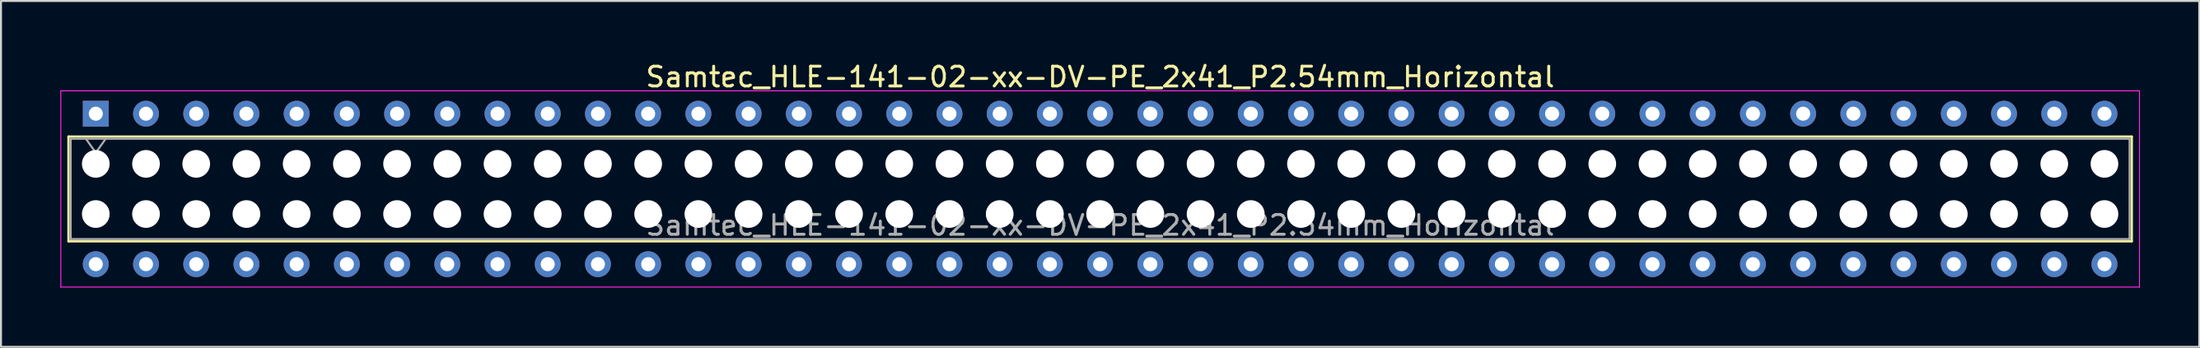
<source format=kicad_pcb>
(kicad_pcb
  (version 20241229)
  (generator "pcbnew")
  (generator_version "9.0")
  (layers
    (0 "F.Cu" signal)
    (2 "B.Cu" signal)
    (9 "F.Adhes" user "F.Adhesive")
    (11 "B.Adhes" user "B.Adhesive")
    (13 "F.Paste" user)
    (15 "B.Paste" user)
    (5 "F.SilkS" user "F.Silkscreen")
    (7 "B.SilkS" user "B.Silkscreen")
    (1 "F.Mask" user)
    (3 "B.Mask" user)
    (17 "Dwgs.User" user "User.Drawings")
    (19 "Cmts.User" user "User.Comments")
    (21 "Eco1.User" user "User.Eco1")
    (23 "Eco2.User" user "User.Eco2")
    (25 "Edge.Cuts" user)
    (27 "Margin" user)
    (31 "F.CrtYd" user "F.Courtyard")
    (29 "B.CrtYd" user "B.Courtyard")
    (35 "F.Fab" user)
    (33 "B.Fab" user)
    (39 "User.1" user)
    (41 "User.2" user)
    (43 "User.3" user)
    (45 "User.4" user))
  (footprint "Samtec_HLE-141-02-xx-DV-PE_2x41_P2.54mm_Horizontal"
    (layer "F.Cu")
    (at 1.795 2.708)
    (property "Reference" "Samtec_HLE-141-02-xx-DV-PE_2x41_P2.54mm_Horizontal" (at 50.8 -1.86 0) (layer "F.SilkS") (effects (font (size 1 1) (thickness 0.15))))
    (attr through_hole)
    (fp_line (start -1.38 1.16) (end 102.98 1.16) (stroke (width 0.12) (type solid)) (layer "F.SilkS"))
    (fp_line (start -1.38 6.46) (end -1.38 1.16) (stroke (width 0.12) (type solid)) (layer "F.SilkS"))
    (fp_line (start 102.98 1.16) (end 102.98 6.46) (stroke (width 0.12) (type solid)) (layer "F.SilkS"))
    (fp_line (start 102.98 6.46) (end -1.38 6.46) (stroke (width 0.12) (type solid)) (layer "F.SilkS"))
    (fp_line (start -1.77 -1.16) (end 103.37 -1.16) (stroke (width 0.05) (type solid)) (layer "F.CrtYd"))
    (fp_line (start -1.77 8.78) (end -1.77 -1.16) (stroke (width 0.05) (type solid)) (layer "F.CrtYd"))
    (fp_line (start 103.37 -1.16) (end 103.37 8.78) (stroke (width 0.05) (type solid)) (layer "F.CrtYd"))
    (fp_line (start 103.37 8.78) (end -1.77 8.78) (stroke (width 0.05) (type solid)) (layer "F.CrtYd"))
    (fp_line (start -1.27 1.27) (end 102.87 1.27) (stroke (width 0.1) (type solid)) (layer "F.Fab"))
    (fp_line (start -1.27 6.35) (end -1.27 1.27) (stroke (width 0.1) (type solid)) (layer "F.Fab"))
    (fp_line (start -0.5 1.27) (end 0 1.977) (stroke (width 0.1) (type solid)) (layer "F.Fab"))
    (fp_line (start 0 1.977) (end 0.5 1.27) (stroke (width 0.1) (type solid)) (layer "F.Fab"))
    (fp_line (start 102.87 1.27) (end 102.87 6.35) (stroke (width 0.1) (type solid)) (layer "F.Fab"))
    (fp_line (start 102.87 6.35) (end -1.27 6.35) (stroke (width 0.1) (type solid)) (layer "F.Fab"))
    (fp_text user "${REFERENCE}" (at 50.8 5.65 0) (layer "F.Fab") (effects (font (size 1 1) (thickness 0.15))))
    (pad "" np_thru_hole circle (at 0 2.54) (size 1.4 1.4) (drill 1.4) (layers "*.Cu" "*.Mask"))
    (pad "" np_thru_hole circle (at 0 5.08) (size 1.4 1.4) (drill 1.4) (layers "*.Cu" "*.Mask"))
    (pad "" np_thru_hole circle (at 2.54 2.54) (size 1.4 1.4) (drill 1.4) (layers "*.Cu" "*.Mask"))
    (pad "" np_thru_hole circle (at 2.54 5.08) (size 1.4 1.4) (drill 1.4) (layers "*.Cu" "*.Mask"))
    (pad "" np_thru_hole circle (at 5.08 2.54) (size 1.4 1.4) (drill 1.4) (layers "*.Cu" "*.Mask"))
    (pad "" np_thru_hole circle (at 5.08 5.08) (size 1.4 1.4) (drill 1.4) (layers "*.Cu" "*.Mask"))
    (pad "" np_thru_hole circle (at 7.62 2.54) (size 1.4 1.4) (drill 1.4) (layers "*.Cu" "*.Mask"))
    (pad "" np_thru_hole circle (at 7.62 5.08) (size 1.4 1.4) (drill 1.4) (layers "*.Cu" "*.Mask"))
    (pad "" np_thru_hole circle (at 10.16 2.54) (size 1.4 1.4) (drill 1.4) (layers "*.Cu" "*.Mask"))
    (pad "" np_thru_hole circle (at 10.16 5.08) (size 1.4 1.4) (drill 1.4) (layers "*.Cu" "*.Mask"))
    (pad "" np_thru_hole circle (at 12.7 2.54) (size 1.4 1.4) (drill 1.4) (layers "*.Cu" "*.Mask"))
    (pad "" np_thru_hole circle (at 12.7 5.08) (size 1.4 1.4) (drill 1.4) (layers "*.Cu" "*.Mask"))
    (pad "" np_thru_hole circle (at 15.24 2.54) (size 1.4 1.4) (drill 1.4) (layers "*.Cu" "*.Mask"))
    (pad "" np_thru_hole circle (at 15.24 5.08) (size 1.4 1.4) (drill 1.4) (layers "*.Cu" "*.Mask"))
    (pad "" np_thru_hole circle (at 17.78 2.54) (size 1.4 1.4) (drill 1.4) (layers "*.Cu" "*.Mask"))
    (pad "" np_thru_hole circle (at 17.78 5.08) (size 1.4 1.4) (drill 1.4) (layers "*.Cu" "*.Mask"))
    (pad "" np_thru_hole circle (at 20.32 2.54) (size 1.4 1.4) (drill 1.4) (layers "*.Cu" "*.Mask"))
    (pad "" np_thru_hole circle (at 20.32 5.08) (size 1.4 1.4) (drill 1.4) (layers "*.Cu" "*.Mask"))
    (pad "" np_thru_hole circle (at 22.86 2.54) (size 1.4 1.4) (drill 1.4) (layers "*.Cu" "*.Mask"))
    (pad "" np_thru_hole circle (at 22.86 5.08) (size 1.4 1.4) (drill 1.4) (layers "*.Cu" "*.Mask"))
    (pad "" np_thru_hole circle (at 25.4 2.54) (size 1.4 1.4) (drill 1.4) (layers "*.Cu" "*.Mask"))
    (pad "" np_thru_hole circle (at 25.4 5.08) (size 1.4 1.4) (drill 1.4) (layers "*.Cu" "*.Mask"))
    (pad "" np_thru_hole circle (at 27.94 2.54) (size 1.4 1.4) (drill 1.4) (layers "*.Cu" "*.Mask"))
    (pad "" np_thru_hole circle (at 27.94 5.08) (size 1.4 1.4) (drill 1.4) (layers "*.Cu" "*.Mask"))
    (pad "" np_thru_hole circle (at 30.48 2.54) (size 1.4 1.4) (drill 1.4) (layers "*.Cu" "*.Mask"))
    (pad "" np_thru_hole circle (at 30.48 5.08) (size 1.4 1.4) (drill 1.4) (layers "*.Cu" "*.Mask"))
    (pad "" np_thru_hole circle (at 33.02 2.54) (size 1.4 1.4) (drill 1.4) (layers "*.Cu" "*.Mask"))
    (pad "" np_thru_hole circle (at 33.02 5.08) (size 1.4 1.4) (drill 1.4) (layers "*.Cu" "*.Mask"))
    (pad "" np_thru_hole circle (at 35.56 2.54) (size 1.4 1.4) (drill 1.4) (layers "*.Cu" "*.Mask"))
    (pad "" np_thru_hole circle (at 35.56 5.08) (size 1.4 1.4) (drill 1.4) (layers "*.Cu" "*.Mask"))
    (pad "" np_thru_hole circle (at 38.1 2.54) (size 1.4 1.4) (drill 1.4) (layers "*.Cu" "*.Mask"))
    (pad "" np_thru_hole circle (at 38.1 5.08) (size 1.4 1.4) (drill 1.4) (layers "*.Cu" "*.Mask"))
    (pad "" np_thru_hole circle (at 40.64 2.54) (size 1.4 1.4) (drill 1.4) (layers "*.Cu" "*.Mask"))
    (pad "" np_thru_hole circle (at 40.64 5.08) (size 1.4 1.4) (drill 1.4) (layers "*.Cu" "*.Mask"))
    (pad "" np_thru_hole circle (at 43.18 2.54) (size 1.4 1.4) (drill 1.4) (layers "*.Cu" "*.Mask"))
    (pad "" np_thru_hole circle (at 43.18 5.08) (size 1.4 1.4) (drill 1.4) (layers "*.Cu" "*.Mask"))
    (pad "" np_thru_hole circle (at 45.72 2.54) (size 1.4 1.4) (drill 1.4) (layers "*.Cu" "*.Mask"))
    (pad "" np_thru_hole circle (at 45.72 5.08) (size 1.4 1.4) (drill 1.4) (layers "*.Cu" "*.Mask"))
    (pad "" np_thru_hole circle (at 48.26 2.54) (size 1.4 1.4) (drill 1.4) (layers "*.Cu" "*.Mask"))
    (pad "" np_thru_hole circle (at 48.26 5.08) (size 1.4 1.4) (drill 1.4) (layers "*.Cu" "*.Mask"))
    (pad "" np_thru_hole circle (at 50.8 2.54) (size 1.4 1.4) (drill 1.4) (layers "*.Cu" "*.Mask"))
    (pad "" np_thru_hole circle (at 50.8 5.08) (size 1.4 1.4) (drill 1.4) (layers "*.Cu" "*.Mask"))
    (pad "" np_thru_hole circle (at 53.34 2.54) (size 1.4 1.4) (drill 1.4) (layers "*.Cu" "*.Mask"))
    (pad "" np_thru_hole circle (at 53.34 5.08) (size 1.4 1.4) (drill 1.4) (layers "*.Cu" "*.Mask"))
    (pad "" np_thru_hole circle (at 55.88 2.54) (size 1.4 1.4) (drill 1.4) (layers "*.Cu" "*.Mask"))
    (pad "" np_thru_hole circle (at 55.88 5.08) (size 1.4 1.4) (drill 1.4) (layers "*.Cu" "*.Mask"))
    (pad "" np_thru_hole circle (at 58.42 2.54) (size 1.4 1.4) (drill 1.4) (layers "*.Cu" "*.Mask"))
    (pad "" np_thru_hole circle (at 58.42 5.08) (size 1.4 1.4) (drill 1.4) (layers "*.Cu" "*.Mask"))
    (pad "" np_thru_hole circle (at 60.96 2.54) (size 1.4 1.4) (drill 1.4) (layers "*.Cu" "*.Mask"))
    (pad "" np_thru_hole circle (at 60.96 5.08) (size 1.4 1.4) (drill 1.4) (layers "*.Cu" "*.Mask"))
    (pad "" np_thru_hole circle (at 63.5 2.54) (size 1.4 1.4) (drill 1.4) (layers "*.Cu" "*.Mask"))
    (pad "" np_thru_hole circle (at 63.5 5.08) (size 1.4 1.4) (drill 1.4) (layers "*.Cu" "*.Mask"))
    (pad "" np_thru_hole circle (at 66.04 2.54) (size 1.4 1.4) (drill 1.4) (layers "*.Cu" "*.Mask"))
    (pad "" np_thru_hole circle (at 66.04 5.08) (size 1.4 1.4) (drill 1.4) (layers "*.Cu" "*.Mask"))
    (pad "" np_thru_hole circle (at 68.58 2.54) (size 1.4 1.4) (drill 1.4) (layers "*.Cu" "*.Mask"))
    (pad "" np_thru_hole circle (at 68.58 5.08) (size 1.4 1.4) (drill 1.4) (layers "*.Cu" "*.Mask"))
    (pad "" np_thru_hole circle (at 71.12 2.54) (size 1.4 1.4) (drill 1.4) (layers "*.Cu" "*.Mask"))
    (pad "" np_thru_hole circle (at 71.12 5.08) (size 1.4 1.4) (drill 1.4) (layers "*.Cu" "*.Mask"))
    (pad "" np_thru_hole circle (at 73.66 2.54) (size 1.4 1.4) (drill 1.4) (layers "*.Cu" "*.Mask"))
    (pad "" np_thru_hole circle (at 73.66 5.08) (size 1.4 1.4) (drill 1.4) (layers "*.Cu" "*.Mask"))
    (pad "" np_thru_hole circle (at 76.2 2.54) (size 1.4 1.4) (drill 1.4) (layers "*.Cu" "*.Mask"))
    (pad "" np_thru_hole circle (at 76.2 5.08) (size 1.4 1.4) (drill 1.4) (layers "*.Cu" "*.Mask"))
    (pad "" np_thru_hole circle (at 78.74 2.54) (size 1.4 1.4) (drill 1.4) (layers "*.Cu" "*.Mask"))
    (pad "" np_thru_hole circle (at 78.74 5.08) (size 1.4 1.4) (drill 1.4) (layers "*.Cu" "*.Mask"))
    (pad "" np_thru_hole circle (at 81.28 2.54) (size 1.4 1.4) (drill 1.4) (layers "*.Cu" "*.Mask"))
    (pad "" np_thru_hole circle (at 81.28 5.08) (size 1.4 1.4) (drill 1.4) (layers "*.Cu" "*.Mask"))
    (pad "" np_thru_hole circle (at 83.82 2.54) (size 1.4 1.4) (drill 1.4) (layers "*.Cu" "*.Mask"))
    (pad "" np_thru_hole circle (at 83.82 5.08) (size 1.4 1.4) (drill 1.4) (layers "*.Cu" "*.Mask"))
    (pad "" np_thru_hole circle (at 86.36 2.54) (size 1.4 1.4) (drill 1.4) (layers "*.Cu" "*.Mask"))
    (pad "" np_thru_hole circle (at 86.36 5.08) (size 1.4 1.4) (drill 1.4) (layers "*.Cu" "*.Mask"))
    (pad "" np_thru_hole circle (at 88.9 2.54) (size 1.4 1.4) (drill 1.4) (layers "*.Cu" "*.Mask"))
    (pad "" np_thru_hole circle (at 88.9 5.08) (size 1.4 1.4) (drill 1.4) (layers "*.Cu" "*.Mask"))
    (pad "" np_thru_hole circle (at 91.44 2.54) (size 1.4 1.4) (drill 1.4) (layers "*.Cu" "*.Mask"))
    (pad "" np_thru_hole circle (at 91.44 5.08) (size 1.4 1.4) (drill 1.4) (layers "*.Cu" "*.Mask"))
    (pad "" np_thru_hole circle (at 93.98 2.54) (size 1.4 1.4) (drill 1.4) (layers "*.Cu" "*.Mask"))
    (pad "" np_thru_hole circle (at 93.98 5.08) (size 1.4 1.4) (drill 1.4) (layers "*.Cu" "*.Mask"))
    (pad "" np_thru_hole circle (at 96.52 2.54) (size 1.4 1.4) (drill 1.4) (layers "*.Cu" "*.Mask"))
    (pad "" np_thru_hole circle (at 96.52 5.08) (size 1.4 1.4) (drill 1.4) (layers "*.Cu" "*.Mask"))
    (pad "" np_thru_hole circle (at 99.06 2.54) (size 1.4 1.4) (drill 1.4) (layers "*.Cu" "*.Mask"))
    (pad "" np_thru_hole circle (at 99.06 5.08) (size 1.4 1.4) (drill 1.4) (layers "*.Cu" "*.Mask"))
    (pad "" np_thru_hole circle (at 101.6 2.54) (size 1.4 1.4) (drill 1.4) (layers "*.Cu" "*.Mask"))
    (pad "" np_thru_hole circle (at 101.6 5.08) (size 1.4 1.4) (drill 1.4) (layers "*.Cu" "*.Mask"))
    (pad "1" thru_hole rect (at 0 0) (size 1.31 1.31) (drill 0.71) (layers "*.Cu" "*.Mask"))
    (pad "2" thru_hole circle (at 0 7.62) (size 1.31 1.31) (drill 0.71) (layers "*.Cu" "*.Mask"))
    (pad "3" thru_hole circle (at 2.54 0) (size 1.31 1.31) (drill 0.71) (layers "*.Cu" "*.Mask"))
    (pad "4" thru_hole circle (at 2.54 7.62) (size 1.31 1.31) (drill 0.71) (layers "*.Cu" "*.Mask"))
    (pad "5" thru_hole circle (at 5.08 0) (size 1.31 1.31) (drill 0.71) (layers "*.Cu" "*.Mask"))
    (pad "6" thru_hole circle (at 5.08 7.62) (size 1.31 1.31) (drill 0.71) (layers "*.Cu" "*.Mask"))
    (pad "7" thru_hole circle (at 7.62 0) (size 1.31 1.31) (drill 0.71) (layers "*.Cu" "*.Mask"))
    (pad "8" thru_hole circle (at 7.62 7.62) (size 1.31 1.31) (drill 0.71) (layers "*.Cu" "*.Mask"))
    (pad "9" thru_hole circle (at 10.16 0) (size 1.31 1.31) (drill 0.71) (layers "*.Cu" "*.Mask"))
    (pad "10" thru_hole circle (at 10.16 7.62) (size 1.31 1.31) (drill 0.71) (layers "*.Cu" "*.Mask"))
    (pad "11" thru_hole circle (at 12.7 0) (size 1.31 1.31) (drill 0.71) (layers "*.Cu" "*.Mask"))
    (pad "12" thru_hole circle (at 12.7 7.62) (size 1.31 1.31) (drill 0.71) (layers "*.Cu" "*.Mask"))
    (pad "13" thru_hole circle (at 15.24 0) (size 1.31 1.31) (drill 0.71) (layers "*.Cu" "*.Mask"))
    (pad "14" thru_hole circle (at 15.24 7.62) (size 1.31 1.31) (drill 0.71) (layers "*.Cu" "*.Mask"))
    (pad "15" thru_hole circle (at 17.78 0) (size 1.31 1.31) (drill 0.71) (layers "*.Cu" "*.Mask"))
    (pad "16" thru_hole circle (at 17.78 7.62) (size 1.31 1.31) (drill 0.71) (layers "*.Cu" "*.Mask"))
    (pad "17" thru_hole circle (at 20.32 0) (size 1.31 1.31) (drill 0.71) (layers "*.Cu" "*.Mask"))
    (pad "18" thru_hole circle (at 20.32 7.62) (size 1.31 1.31) (drill 0.71) (layers "*.Cu" "*.Mask"))
    (pad "19" thru_hole circle (at 22.86 0) (size 1.31 1.31) (drill 0.71) (layers "*.Cu" "*.Mask"))
    (pad "20" thru_hole circle (at 22.86 7.62) (size 1.31 1.31) (drill 0.71) (layers "*.Cu" "*.Mask"))
    (pad "21" thru_hole circle (at 25.4 0) (size 1.31 1.31) (drill 0.71) (layers "*.Cu" "*.Mask"))
    (pad "22" thru_hole circle (at 25.4 7.62) (size 1.31 1.31) (drill 0.71) (layers "*.Cu" "*.Mask"))
    (pad "23" thru_hole circle (at 27.94 0) (size 1.31 1.31) (drill 0.71) (layers "*.Cu" "*.Mask"))
    (pad "24" thru_hole circle (at 27.94 7.62) (size 1.31 1.31) (drill 0.71) (layers "*.Cu" "*.Mask"))
    (pad "25" thru_hole circle (at 30.48 0) (size 1.31 1.31) (drill 0.71) (layers "*.Cu" "*.Mask"))
    (pad "26" thru_hole circle (at 30.48 7.62) (size 1.31 1.31) (drill 0.71) (layers "*.Cu" "*.Mask"))
    (pad "27" thru_hole circle (at 33.02 0) (size 1.31 1.31) (drill 0.71) (layers "*.Cu" "*.Mask"))
    (pad "28" thru_hole circle (at 33.02 7.62) (size 1.31 1.31) (drill 0.71) (layers "*.Cu" "*.Mask"))
    (pad "29" thru_hole circle (at 35.56 0) (size 1.31 1.31) (drill 0.71) (layers "*.Cu" "*.Mask"))
    (pad "30" thru_hole circle (at 35.56 7.62) (size 1.31 1.31) (drill 0.71) (layers "*.Cu" "*.Mask"))
    (pad "31" thru_hole circle (at 38.1 0) (size 1.31 1.31) (drill 0.71) (layers "*.Cu" "*.Mask"))
    (pad "32" thru_hole circle (at 38.1 7.62) (size 1.31 1.31) (drill 0.71) (layers "*.Cu" "*.Mask"))
    (pad "33" thru_hole circle (at 40.64 0) (size 1.31 1.31) (drill 0.71) (layers "*.Cu" "*.Mask"))
    (pad "34" thru_hole circle (at 40.64 7.62) (size 1.31 1.31) (drill 0.71) (layers "*.Cu" "*.Mask"))
    (pad "35" thru_hole circle (at 43.18 0) (size 1.31 1.31) (drill 0.71) (layers "*.Cu" "*.Mask"))
    (pad "36" thru_hole circle (at 43.18 7.62) (size 1.31 1.31) (drill 0.71) (layers "*.Cu" "*.Mask"))
    (pad "37" thru_hole circle (at 45.72 0) (size 1.31 1.31) (drill 0.71) (layers "*.Cu" "*.Mask"))
    (pad "38" thru_hole circle (at 45.72 7.62) (size 1.31 1.31) (drill 0.71) (layers "*.Cu" "*.Mask"))
    (pad "39" thru_hole circle (at 48.26 0) (size 1.31 1.31) (drill 0.71) (layers "*.Cu" "*.Mask"))
    (pad "40" thru_hole circle (at 48.26 7.62) (size 1.31 1.31) (drill 0.71) (layers "*.Cu" "*.Mask"))
    (pad "41" thru_hole circle (at 50.8 0) (size 1.31 1.31) (drill 0.71) (layers "*.Cu" "*.Mask"))
    (pad "42" thru_hole circle (at 50.8 7.62) (size 1.31 1.31) (drill 0.71) (layers "*.Cu" "*.Mask"))
    (pad "43" thru_hole circle (at 53.34 0) (size 1.31 1.31) (drill 0.71) (layers "*.Cu" "*.Mask"))
    (pad "44" thru_hole circle (at 53.34 7.62) (size 1.31 1.31) (drill 0.71) (layers "*.Cu" "*.Mask"))
    (pad "45" thru_hole circle (at 55.88 0) (size 1.31 1.31) (drill 0.71) (layers "*.Cu" "*.Mask"))
    (pad "46" thru_hole circle (at 55.88 7.62) (size 1.31 1.31) (drill 0.71) (layers "*.Cu" "*.Mask"))
    (pad "47" thru_hole circle (at 58.42 0) (size 1.31 1.31) (drill 0.71) (layers "*.Cu" "*.Mask"))
    (pad "48" thru_hole circle (at 58.42 7.62) (size 1.31 1.31) (drill 0.71) (layers "*.Cu" "*.Mask"))
    (pad "49" thru_hole circle (at 60.96 0) (size 1.31 1.31) (drill 0.71) (layers "*.Cu" "*.Mask"))
    (pad "50" thru_hole circle (at 60.96 7.62) (size 1.31 1.31) (drill 0.71) (layers "*.Cu" "*.Mask"))
    (pad "51" thru_hole circle (at 63.5 0) (size 1.31 1.31) (drill 0.71) (layers "*.Cu" "*.Mask"))
    (pad "52" thru_hole circle (at 63.5 7.62) (size 1.31 1.31) (drill 0.71) (layers "*.Cu" "*.Mask"))
    (pad "53" thru_hole circle (at 66.04 0) (size 1.31 1.31) (drill 0.71) (layers "*.Cu" "*.Mask"))
    (pad "54" thru_hole circle (at 66.04 7.62) (size 1.31 1.31) (drill 0.71) (layers "*.Cu" "*.Mask"))
    (pad "55" thru_hole circle (at 68.58 0) (size 1.31 1.31) (drill 0.71) (layers "*.Cu" "*.Mask"))
    (pad "56" thru_hole circle (at 68.58 7.62) (size 1.31 1.31) (drill 0.71) (layers "*.Cu" "*.Mask"))
    (pad "57" thru_hole circle (at 71.12 0) (size 1.31 1.31) (drill 0.71) (layers "*.Cu" "*.Mask"))
    (pad "58" thru_hole circle (at 71.12 7.62) (size 1.31 1.31) (drill 0.71) (layers "*.Cu" "*.Mask"))
    (pad "59" thru_hole circle (at 73.66 0) (size 1.31 1.31) (drill 0.71) (layers "*.Cu" "*.Mask"))
    (pad "60" thru_hole circle (at 73.66 7.62) (size 1.31 1.31) (drill 0.71) (layers "*.Cu" "*.Mask"))
    (pad "61" thru_hole circle (at 76.2 0) (size 1.31 1.31) (drill 0.71) (layers "*.Cu" "*.Mask"))
    (pad "62" thru_hole circle (at 76.2 7.62) (size 1.31 1.31) (drill 0.71) (layers "*.Cu" "*.Mask"))
    (pad "63" thru_hole circle (at 78.74 0) (size 1.31 1.31) (drill 0.71) (layers "*.Cu" "*.Mask"))
    (pad "64" thru_hole circle (at 78.74 7.62) (size 1.31 1.31) (drill 0.71) (layers "*.Cu" "*.Mask"))
    (pad "65" thru_hole circle (at 81.28 0) (size 1.31 1.31) (drill 0.71) (layers "*.Cu" "*.Mask"))
    (pad "66" thru_hole circle (at 81.28 7.62) (size 1.31 1.31) (drill 0.71) (layers "*.Cu" "*.Mask"))
    (pad "67" thru_hole circle (at 83.82 0) (size 1.31 1.31) (drill 0.71) (layers "*.Cu" "*.Mask"))
    (pad "68" thru_hole circle (at 83.82 7.62) (size 1.31 1.31) (drill 0.71) (layers "*.Cu" "*.Mask"))
    (pad "69" thru_hole circle (at 86.36 0) (size 1.31 1.31) (drill 0.71) (layers "*.Cu" "*.Mask"))
    (pad "70" thru_hole circle (at 86.36 7.62) (size 1.31 1.31) (drill 0.71) (layers "*.Cu" "*.Mask"))
    (pad "71" thru_hole circle (at 88.9 0) (size 1.31 1.31) (drill 0.71) (layers "*.Cu" "*.Mask"))
    (pad "72" thru_hole circle (at 88.9 7.62) (size 1.31 1.31) (drill 0.71) (layers "*.Cu" "*.Mask"))
    (pad "73" thru_hole circle (at 91.44 0) (size 1.31 1.31) (drill 0.71) (layers "*.Cu" "*.Mask"))
    (pad "74" thru_hole circle (at 91.44 7.62) (size 1.31 1.31) (drill 0.71) (layers "*.Cu" "*.Mask"))
    (pad "75" thru_hole circle (at 93.98 0) (size 1.31 1.31) (drill 0.71) (layers "*.Cu" "*.Mask"))
    (pad "76" thru_hole circle (at 93.98 7.62) (size 1.31 1.31) (drill 0.71) (layers "*.Cu" "*.Mask"))
    (pad "77" thru_hole circle (at 96.52 0) (size 1.31 1.31) (drill 0.71) (layers "*.Cu" "*.Mask"))
    (pad "78" thru_hole circle (at 96.52 7.62) (size 1.31 1.31) (drill 0.71) (layers "*.Cu" "*.Mask"))
    (pad "79" thru_hole circle (at 99.06 0) (size 1.31 1.31) (drill 0.71) (layers "*.Cu" "*.Mask"))
    (pad "80" thru_hole circle (at 99.06 7.62) (size 1.31 1.31) (drill 0.71) (layers "*.Cu" "*.Mask"))
    (pad "81" thru_hole circle (at 101.6 0) (size 1.31 1.31) (drill 0.71) (layers "*.Cu" "*.Mask"))
    (pad "82" thru_hole circle (at 101.6 7.62) (size 1.31 1.31) (drill 0.71) (layers "*.Cu" "*.Mask")))
  (gr_rect
    (start -3 -3)
    (end 108.19 14.513)
    (stroke (width 0.1) (type default))
    (fill no)
    (layer "Edge.Cuts")))
</source>
